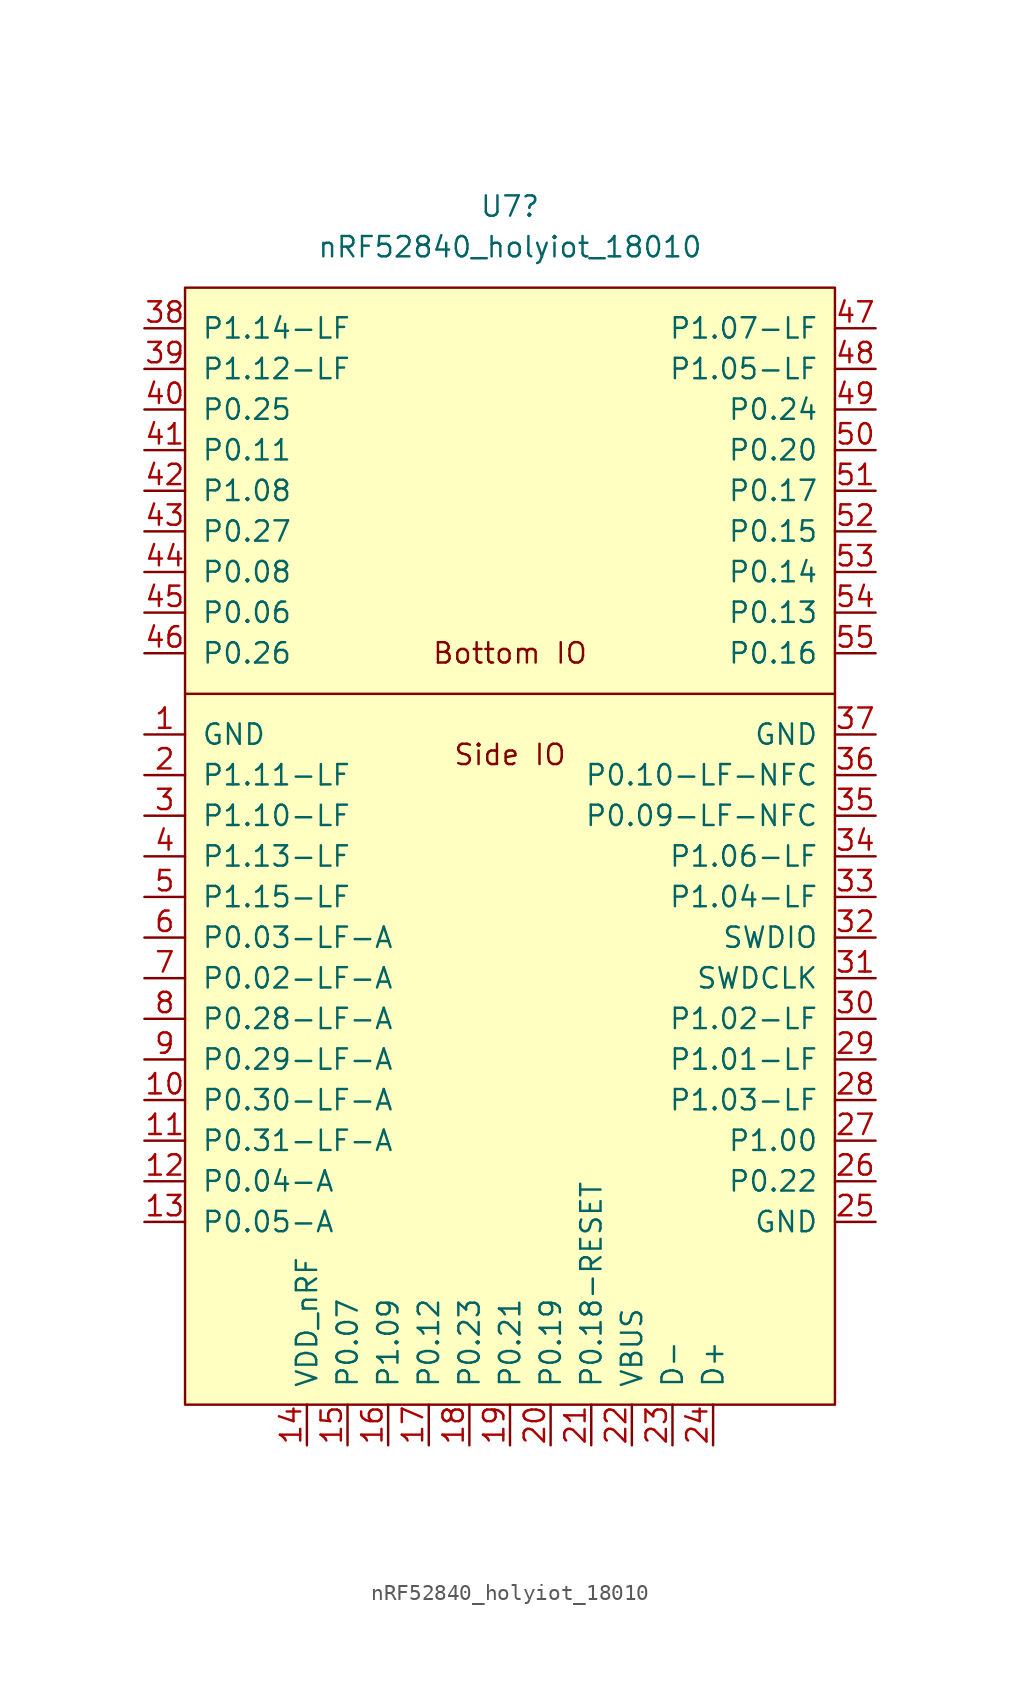
<source format=kicad_sym>
(kicad_symbol_lib
  (version 20241209)
  (generator "kicad_symbol_editor")
  (generator_version "9.0")
  (symbol "nRF52840_holyiot_18010"
    (pin_names
      (offset 1.016))
    (property "Reference" "U7"
      (at 0 30.48 0)
      (effects (font (size 1.27 1.27))))
    (property "Value" "nRF52840_holyiot_18010"
      (at 0 27.94 0)
      (effects (font (size 1.27 1.27))))
    (symbol "nRF52840_holyiot_18010_0_0"
      (text "Bottom IO" (at 0 2.54 0) (effects (font (size 1.27 1.27))))
      (text "Side IO" (at 0 -3.81 0) (effects (font (size 1.27 1.27)))))
    (symbol "nRF52840_holyiot_18010_0_1"
      (rectangle (start -20.32 25.4) (end 20.32 -44.45) (stroke (width 0.152) (type default)) (fill (type background)))
      (polyline (pts (xy 20.32 0) (xy -20.32 0)) (stroke (width 0) (type default)) (fill (type none))))
    (symbol "nRF52840_holyiot_18010_1_1"
      (pin bidirectional line (at -22.86 22.86 0) (length 2.54) (name "P1.14-LF" (effects (font (size 1.27 1.27)))) (number "38" (effects (font (size 1.27 1.27)))))
      (pin bidirectional line (at -22.86 20.32 0) (length 2.54) (name "P1.12-LF" (effects (font (size 1.27 1.27)))) (number "39" (effects (font (size 1.27 1.27)))))
      (pin bidirectional line (at -22.86 17.78 0) (length 2.54) (name "P0.25" (effects (font (size 1.27 1.27)))) (number "40" (effects (font (size 1.27 1.27)))))
      (pin bidirectional line (at -22.86 15.24 0) (length 2.54) (name "P0.11" (effects (font (size 1.27 1.27)))) (number "41" (effects (font (size 1.27 1.27)))))
      (pin bidirectional line (at -22.86 12.7 0) (length 2.54) (name "P1.08" (effects (font (size 1.27 1.27)))) (number "42" (effects (font (size 1.27 1.27)))))
      (pin bidirectional line (at -22.86 10.16 0) (length 2.54) (name "P0.27" (effects (font (size 1.27 1.27)))) (number "43" (effects (font (size 1.27 1.27)))))
      (pin bidirectional line (at -22.86 7.62 0) (length 2.54) (name "P0.08" (effects (font (size 1.27 1.27)))) (number "44" (effects (font (size 1.27 1.27)))))
      (pin bidirectional line (at -22.86 5.08 0) (length 2.54) (name "P0.06" (effects (font (size 1.27 1.27)))) (number "45" (effects (font (size 1.27 1.27)))))
      (pin bidirectional line (at -22.86 2.54 0) (length 2.54) (name "P0.26" (effects (font (size 1.27 1.27)))) (number "46" (effects (font (size 1.27 1.27)))))
      (pin power_in line (at -22.86 -2.54 0) (length 2.54) (name "GND" (effects (font (size 1.27 1.27)))) (number "1" (effects (font (size 1.27 1.27)))))
      (pin bidirectional line (at -22.86 -5.08 0) (length 2.54) (name "P1.11-LF" (effects (font (size 1.27 1.27)))) (number "2" (effects (font (size 1.27 1.27)))))
      (pin bidirectional line (at -22.86 -7.62 0) (length 2.54) (name "P1.10-LF" (effects (font (size 1.27 1.27)))) (number "3" (effects (font (size 1.27 1.27)))))
      (pin bidirectional line (at -22.86 -10.16 0) (length 2.54) (name "P1.13-LF" (effects (font (size 1.27 1.27)))) (number "4" (effects (font (size 1.27 1.27)))))
      (pin bidirectional line (at -22.86 -12.7 0) (length 2.54) (name "P1.15-LF" (effects (font (size 1.27 1.27)))) (number "5" (effects (font (size 1.27 1.27)))))
      (pin bidirectional line (at -22.86 -15.24 0) (length 2.54) (name "P0.03-LF-A" (effects (font (size 1.27 1.27)))) (number "6" (effects (font (size 1.27 1.27)))))
      (pin bidirectional line (at -22.86 -17.78 0) (length 2.54) (name "P0.02-LF-A" (effects (font (size 1.27 1.27)))) (number "7" (effects (font (size 1.27 1.27)))))
      (pin bidirectional line (at -22.86 -20.32 0) (length 2.54) (name "P0.28-LF-A" (effects (font (size 1.27 1.27)))) (number "8" (effects (font (size 1.27 1.27)))))
      (pin bidirectional line (at -22.86 -22.86 0) (length 2.54) (name "P0.29-LF-A" (effects (font (size 1.27 1.27)))) (number "9" (effects (font (size 1.27 1.27)))))
      (pin bidirectional line (at -22.86 -25.4 0) (length 2.54) (name "P0.30-LF-A" (effects (font (size 1.27 1.27)))) (number "10" (effects (font (size 1.27 1.27)))))
      (pin bidirectional line (at -22.86 -27.94 0) (length 2.54) (name "P0.31-LF-A" (effects (font (size 1.27 1.27)))) (number "11" (effects (font (size 1.27 1.27)))))
      (pin bidirectional line (at -22.86 -30.48 0) (length 2.54) (name "P0.04-A" (effects (font (size 1.27 1.27)))) (number "12" (effects (font (size 1.27 1.27)))))
      (pin bidirectional line (at -22.86 -33.02 0) (length 2.54) (name "P0.05-A" (effects (font (size 1.27 1.27)))) (number "13" (effects (font (size 1.27 1.27)))))
      (pin power_in line (at -12.7 -46.99 90) (length 2.54) (name "VDD_nRF" (effects (font (size 1.27 1.27)))) (number "14" (effects (font (size 1.27 1.27)))))
      (pin bidirectional line (at -10.16 -46.99 90) (length 2.54) (name "P0.07" (effects (font (size 1.27 1.27)))) (number "15" (effects (font (size 1.27 1.27)))))
      (pin bidirectional line (at -7.62 -46.99 90) (length 2.54) (name "P1.09" (effects (font (size 1.27 1.27)))) (number "16" (effects (font (size 1.27 1.27)))))
      (pin bidirectional line (at -5.08 -46.99 90) (length 2.54) (name "P0.12" (effects (font (size 1.27 1.27)))) (number "17" (effects (font (size 1.27 1.27)))))
      (pin bidirectional line (at -2.54 -46.99 90) (length 2.54) (name "P0.23" (effects (font (size 1.27 1.27)))) (number "18" (effects (font (size 1.27 1.27)))))
      (pin bidirectional line (at 0 -46.99 90) (length 2.54) (name "P0.21" (effects (font (size 1.27 1.27)))) (number "19" (effects (font (size 1.27 1.27)))))
      (pin bidirectional line (at 2.54 -46.99 90) (length 2.54) (name "P0.19" (effects (font (size 1.27 1.27)))) (number "20" (effects (font (size 1.27 1.27)))))
      (pin input line (at 5.08 -46.99 90) (length 2.54) (name "P0.18-RESET" (effects (font (size 1.27 1.27)))) (number "21" (effects (font (size 1.27 1.27)))))
      (pin power_in line (at 7.62 -46.99 90) (length 2.54) (name "VBUS" (effects (font (size 1.27 1.27)))) (number "22" (effects (font (size 1.27 1.27)))))
      (pin bidirectional line (at 10.16 -46.99 90) (length 2.54) (name "D-" (effects (font (size 1.27 1.27)))) (number "23" (effects (font (size 1.27 1.27)))))
      (pin bidirectional line (at 12.7 -46.99 90) (length 2.54) (name "D+" (effects (font (size 1.27 1.27)))) (number "24" (effects (font (size 1.27 1.27)))))
      (pin bidirectional line (at 22.86 22.86 180) (length 2.54) (name "P1.07-LF" (effects (font (size 1.27 1.27)))) (number "47" (effects (font (size 1.27 1.27)))))
      (pin bidirectional line (at 22.86 20.32 180) (length 2.54) (name "P1.05-LF" (effects (font (size 1.27 1.27)))) (number "48" (effects (font (size 1.27 1.27)))))
      (pin bidirectional line (at 22.86 17.78 180) (length 2.54) (name "P0.24" (effects (font (size 1.27 1.27)))) (number "49" (effects (font (size 1.27 1.27)))))
      (pin bidirectional line (at 22.86 15.24 180) (length 2.54) (name "P0.20" (effects (font (size 1.27 1.27)))) (number "50" (effects (font (size 1.27 1.27)))))
      (pin bidirectional line (at 22.86 12.7 180) (length 2.54) (name "P0.17" (effects (font (size 1.27 1.27)))) (number "51" (effects (font (size 1.27 1.27)))))
      (pin bidirectional line (at 22.86 10.16 180) (length 2.54) (name "P0.15" (effects (font (size 1.27 1.27)))) (number "52" (effects (font (size 1.27 1.27)))))
      (pin bidirectional line (at 22.86 7.62 180) (length 2.54) (name "P0.14" (effects (font (size 1.27 1.27)))) (number "53" (effects (font (size 1.27 1.27)))))
      (pin bidirectional line (at 22.86 5.08 180) (length 2.54) (name "P0.13" (effects (font (size 1.27 1.27)))) (number "54" (effects (font (size 1.27 1.27)))))
      (pin bidirectional line (at 22.86 2.54 180) (length 2.54) (name "P0.16" (effects (font (size 1.27 1.27)))) (number "55" (effects (font (size 1.27 1.27)))))
      (pin power_in line (at 22.86 -2.54 180) (length 2.54) (name "GND" (effects (font (size 1.27 1.27)))) (number "37" (effects (font (size 1.27 1.27)))))
      (pin bidirectional line (at 22.86 -5.08 180) (length 2.54) (name "P0.10-LF-NFC" (effects (font (size 1.27 1.27)))) (number "36" (effects (font (size 1.27 1.27)))))
      (pin bidirectional line (at 22.86 -7.62 180) (length 2.54) (name "P0.09-LF-NFC" (effects (font (size 1.27 1.27)))) (number "35" (effects (font (size 1.27 1.27)))))
      (pin bidirectional line (at 22.86 -10.16 180) (length 2.54) (name "P1.06-LF" (effects (font (size 1.27 1.27)))) (number "34" (effects (font (size 1.27 1.27)))))
      (pin bidirectional line (at 22.86 -12.7 180) (length 2.54) (name "P1.04-LF" (effects (font (size 1.27 1.27)))) (number "33" (effects (font (size 1.27 1.27)))))
      (pin bidirectional line (at 22.86 -15.24 180) (length 2.54) (name "SWDIO" (effects (font (size 1.27 1.27)))) (number "32" (effects (font (size 1.27 1.27)))))
      (pin bidirectional line (at 22.86 -17.78 180) (length 2.54) (name "SWDCLK" (effects (font (size 1.27 1.27)))) (number "31" (effects (font (size 1.27 1.27)))))
      (pin bidirectional line (at 22.86 -20.32 180) (length 2.54) (name "P1.02-LF" (effects (font (size 1.27 1.27)))) (number "30" (effects (font (size 1.27 1.27)))))
      (pin bidirectional line (at 22.86 -22.86 180) (length 2.54) (name "P1.01-LF" (effects (font (size 1.27 1.27)))) (number "29" (effects (font (size 1.27 1.27)))))
      (pin bidirectional line (at 22.86 -25.4 180) (length 2.54) (name "P1.03-LF" (effects (font (size 1.27 1.27)))) (number "28" (effects (font (size 1.27 1.27)))))
      (pin bidirectional line (at 22.86 -27.94 180) (length 2.54) (name "P1.00" (effects (font (size 1.27 1.27)))) (number "27" (effects (font (size 1.27 1.27)))))
      (pin bidirectional line (at 22.86 -30.48 180) (length 2.54) (name "P0.22" (effects (font (size 1.27 1.27)))) (number "26" (effects (font (size 1.27 1.27)))))
      (pin power_in line (at 22.86 -33.02 180) (length 2.54) (name "GND" (effects (font (size 1.27 1.27)))) (number "25" (effects (font (size 1.27 1.27))))))))
</source>
